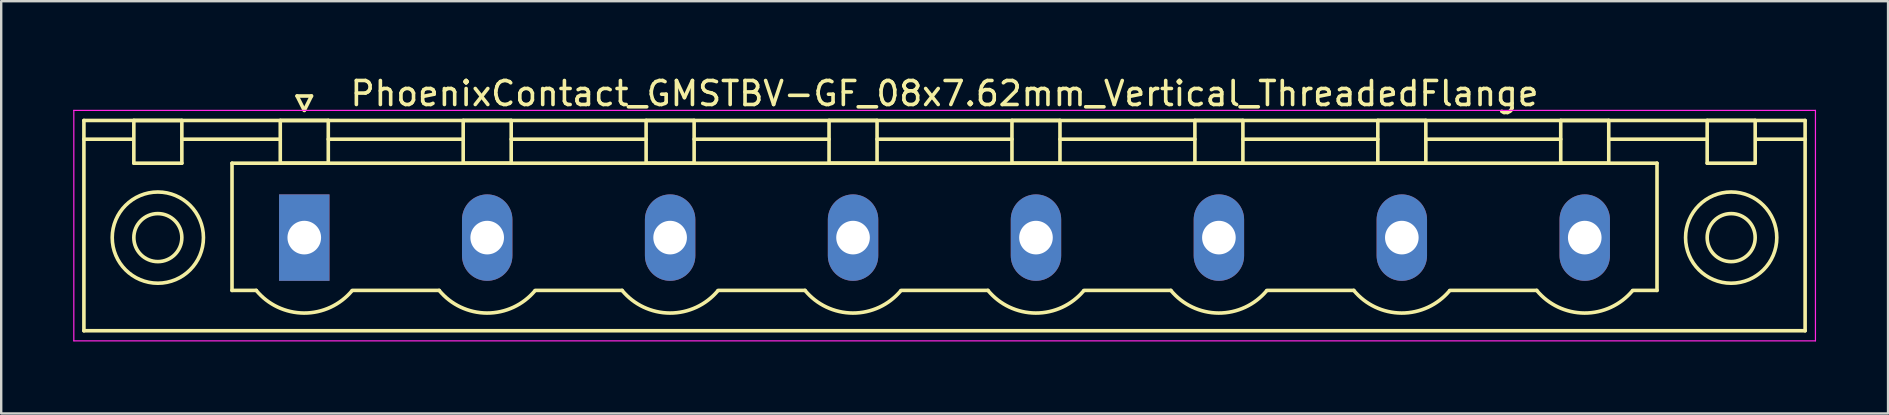
<source format=kicad_pcb>
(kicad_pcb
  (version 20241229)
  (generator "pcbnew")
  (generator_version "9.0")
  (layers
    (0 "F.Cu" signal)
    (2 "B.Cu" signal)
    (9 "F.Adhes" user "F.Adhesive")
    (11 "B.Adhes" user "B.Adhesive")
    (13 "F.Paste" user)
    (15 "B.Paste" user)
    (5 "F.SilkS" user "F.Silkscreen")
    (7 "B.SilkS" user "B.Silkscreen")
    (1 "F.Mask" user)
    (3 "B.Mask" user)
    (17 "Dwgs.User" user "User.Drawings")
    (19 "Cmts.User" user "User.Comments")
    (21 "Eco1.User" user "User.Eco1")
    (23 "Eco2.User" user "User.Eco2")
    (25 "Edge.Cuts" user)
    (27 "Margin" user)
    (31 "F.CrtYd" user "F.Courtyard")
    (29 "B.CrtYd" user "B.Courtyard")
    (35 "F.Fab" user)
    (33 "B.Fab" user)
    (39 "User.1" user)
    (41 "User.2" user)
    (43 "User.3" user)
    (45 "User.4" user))
  (footprint "PhoenixContact_GMSTBV-GF_08x7.62mm_Vertical_ThreadedFlange"
    (layer "F.Cu")
    (at 9.625 6.848)
    (property "Reference" "PhoenixContact_GMSTBV-GF_08x7.62mm_Vertical_ThreadedFlange" (at 26.67 -6 0) (layer "F.SilkS") (effects (font (size 1 1) (thickness 0.15))))
    (attr through_hole)
    (fp_line (start -9.18 -4.88) (end -9.18 3.88) (stroke (width 0.15) (type solid)) (layer "F.SilkS"))
    (fp_line (start -9.18 -4.1) (end -7.18 -4.1) (stroke (width 0.15) (type solid)) (layer "F.SilkS"))
    (fp_line (start -9.18 3.88) (end 62.52 3.88) (stroke (width 0.15) (type solid)) (layer "F.SilkS"))
    (fp_line (start -7.1 -4.88) (end -5.1 -4.88) (stroke (width 0.15) (type solid)) (layer "F.SilkS"))
    (fp_line (start -7.1 -3.1) (end -7.1 -4.88) (stroke (width 0.15) (type solid)) (layer "F.SilkS"))
    (fp_line (start -5.1 -4.88) (end -5.1 -3.1) (stroke (width 0.15) (type solid)) (layer "F.SilkS"))
    (fp_line (start -5.1 -4.1) (end -1 -4.1) (stroke (width 0.15) (type solid)) (layer "F.SilkS"))
    (fp_line (start -5.1 -3.1) (end -7.1 -3.1) (stroke (width 0.15) (type solid)) (layer "F.SilkS"))
    (fp_line (start -3.01 -3.1) (end 56.35 -3.1) (stroke (width 0.15) (type solid)) (layer "F.SilkS"))
    (fp_line (start -3.01 2.2) (end -3.01 -3.1) (stroke (width 0.15) (type solid)) (layer "F.SilkS"))
    (fp_line (start -2 2.2) (end -3.01 2.2) (stroke (width 0.15) (type solid)) (layer "F.SilkS"))
    (fp_line (start -1 -4.88) (end 1 -4.88) (stroke (width 0.15) (type solid)) (layer "F.SilkS"))
    (fp_line (start -1 -3.1) (end -1 -4.88) (stroke (width 0.15) (type solid)) (layer "F.SilkS"))
    (fp_line (start -0.3 -5.9) (end 0 -5.3) (stroke (width 0.15) (type solid)) (layer "F.SilkS"))
    (fp_line (start 0 -5.3) (end 0.3 -5.9) (stroke (width 0.15) (type solid)) (layer "F.SilkS"))
    (fp_line (start 0.3 -5.9) (end -0.3 -5.9) (stroke (width 0.15) (type solid)) (layer "F.SilkS"))
    (fp_line (start 1 -4.88) (end 1 -3.1) (stroke (width 0.15) (type solid)) (layer "F.SilkS"))
    (fp_line (start 1 -4.1) (end 6.62 -4.1) (stroke (width 0.15) (type solid)) (layer "F.SilkS"))
    (fp_line (start 1 -3.1) (end -1 -3.1) (stroke (width 0.15) (type solid)) (layer "F.SilkS"))
    (fp_line (start 2 2.2) (end 5.62 2.2) (stroke (width 0.15) (type solid)) (layer "F.SilkS"))
    (fp_line (start 6.62 -4.88) (end 8.62 -4.88) (stroke (width 0.15) (type solid)) (layer "F.SilkS"))
    (fp_line (start 6.62 -3.1) (end 6.62 -4.88) (stroke (width 0.15) (type solid)) (layer "F.SilkS"))
    (fp_line (start 8.62 -4.88) (end 8.62 -3.1) (stroke (width 0.15) (type solid)) (layer "F.SilkS"))
    (fp_line (start 8.62 -4.1) (end 14.24 -4.1) (stroke (width 0.15) (type solid)) (layer "F.SilkS"))
    (fp_line (start 8.62 -3.1) (end 6.62 -3.1) (stroke (width 0.15) (type solid)) (layer "F.SilkS"))
    (fp_line (start 9.62 2.2) (end 13.24 2.2) (stroke (width 0.15) (type solid)) (layer "F.SilkS"))
    (fp_line (start 14.24 -4.88) (end 16.24 -4.88) (stroke (width 0.15) (type solid)) (layer "F.SilkS"))
    (fp_line (start 14.24 -3.1) (end 14.24 -4.88) (stroke (width 0.15) (type solid)) (layer "F.SilkS"))
    (fp_line (start 16.24 -4.88) (end 16.24 -3.1) (stroke (width 0.15) (type solid)) (layer "F.SilkS"))
    (fp_line (start 16.24 -4.1) (end 21.86 -4.1) (stroke (width 0.15) (type solid)) (layer "F.SilkS"))
    (fp_line (start 16.24 -3.1) (end 14.24 -3.1) (stroke (width 0.15) (type solid)) (layer "F.SilkS"))
    (fp_line (start 17.24 2.2) (end 20.86 2.2) (stroke (width 0.15) (type solid)) (layer "F.SilkS"))
    (fp_line (start 21.86 -4.88) (end 23.86 -4.88) (stroke (width 0.15) (type solid)) (layer "F.SilkS"))
    (fp_line (start 21.86 -3.1) (end 21.86 -4.88) (stroke (width 0.15) (type solid)) (layer "F.SilkS"))
    (fp_line (start 23.86 -4.88) (end 23.86 -3.1) (stroke (width 0.15) (type solid)) (layer "F.SilkS"))
    (fp_line (start 23.86 -4.1) (end 29.48 -4.1) (stroke (width 0.15) (type solid)) (layer "F.SilkS"))
    (fp_line (start 23.86 -3.1) (end 21.86 -3.1) (stroke (width 0.15) (type solid)) (layer "F.SilkS"))
    (fp_line (start 24.86 2.2) (end 28.48 2.2) (stroke (width 0.15) (type solid)) (layer "F.SilkS"))
    (fp_line (start 29.48 -4.88) (end 31.48 -4.88) (stroke (width 0.15) (type solid)) (layer "F.SilkS"))
    (fp_line (start 29.48 -3.1) (end 29.48 -4.88) (stroke (width 0.15) (type solid)) (layer "F.SilkS"))
    (fp_line (start 31.48 -4.88) (end 31.48 -3.1) (stroke (width 0.15) (type solid)) (layer "F.SilkS"))
    (fp_line (start 31.48 -4.1) (end 37.1 -4.1) (stroke (width 0.15) (type solid)) (layer "F.SilkS"))
    (fp_line (start 31.48 -3.1) (end 29.48 -3.1) (stroke (width 0.15) (type solid)) (layer "F.SilkS"))
    (fp_line (start 32.48 2.2) (end 36.1 2.2) (stroke (width 0.15) (type solid)) (layer "F.SilkS"))
    (fp_line (start 37.1 -4.88) (end 39.1 -4.88) (stroke (width 0.15) (type solid)) (layer "F.SilkS"))
    (fp_line (start 37.1 -3.1) (end 37.1 -4.88) (stroke (width 0.15) (type solid)) (layer "F.SilkS"))
    (fp_line (start 39.1 -4.88) (end 39.1 -3.1) (stroke (width 0.15) (type solid)) (layer "F.SilkS"))
    (fp_line (start 39.1 -4.1) (end 44.72 -4.1) (stroke (width 0.15) (type solid)) (layer "F.SilkS"))
    (fp_line (start 39.1 -3.1) (end 37.1 -3.1) (stroke (width 0.15) (type solid)) (layer "F.SilkS"))
    (fp_line (start 40.1 2.2) (end 43.72 2.2) (stroke (width 0.15) (type solid)) (layer "F.SilkS"))
    (fp_line (start 44.72 -4.88) (end 46.72 -4.88) (stroke (width 0.15) (type solid)) (layer "F.SilkS"))
    (fp_line (start 44.72 -3.1) (end 44.72 -4.88) (stroke (width 0.15) (type solid)) (layer "F.SilkS"))
    (fp_line (start 46.72 -4.88) (end 46.72 -3.1) (stroke (width 0.15) (type solid)) (layer "F.SilkS"))
    (fp_line (start 46.72 -4.1) (end 52.34 -4.1) (stroke (width 0.15) (type solid)) (layer "F.SilkS"))
    (fp_line (start 46.72 -3.1) (end 44.72 -3.1) (stroke (width 0.15) (type solid)) (layer "F.SilkS"))
    (fp_line (start 47.72 2.2) (end 51.34 2.2) (stroke (width 0.15) (type solid)) (layer "F.SilkS"))
    (fp_line (start 52.34 -4.88) (end 54.34 -4.88) (stroke (width 0.15) (type solid)) (layer "F.SilkS"))
    (fp_line (start 52.34 -3.1) (end 52.34 -4.88) (stroke (width 0.15) (type solid)) (layer "F.SilkS"))
    (fp_line (start 54.34 -4.88) (end 54.34 -3.1) (stroke (width 0.15) (type solid)) (layer "F.SilkS"))
    (fp_line (start 54.34 -4.1) (end 58.44 -4.1) (stroke (width 0.15) (type solid)) (layer "F.SilkS"))
    (fp_line (start 54.34 -3.1) (end 52.34 -3.1) (stroke (width 0.15) (type solid)) (layer "F.SilkS"))
    (fp_line (start 56.35 -3.1) (end 56.35 2.2) (stroke (width 0.15) (type solid)) (layer "F.SilkS"))
    (fp_line (start 56.35 2.2) (end 55.34 2.2) (stroke (width 0.15) (type solid)) (layer "F.SilkS"))
    (fp_line (start 58.44 -4.88) (end 60.44 -4.88) (stroke (width 0.15) (type solid)) (layer "F.SilkS"))
    (fp_line (start 58.44 -3.1) (end 58.44 -4.88) (stroke (width 0.15) (type solid)) (layer "F.SilkS"))
    (fp_line (start 60.44 -4.88) (end 60.44 -3.1) (stroke (width 0.15) (type solid)) (layer "F.SilkS"))
    (fp_line (start 60.44 -3.1) (end 58.44 -3.1) (stroke (width 0.15) (type solid)) (layer "F.SilkS"))
    (fp_line (start 62.52 -4.88) (end -9.18 -4.88) (stroke (width 0.15) (type solid)) (layer "F.SilkS"))
    (fp_line (start 62.52 -4.1) (end 60.52 -4.1) (stroke (width 0.15) (type solid)) (layer "F.SilkS"))
    (fp_line (start 62.52 3.88) (end 62.52 -4.88) (stroke (width 0.15) (type solid)) (layer "F.SilkS"))
    (fp_arc (start 1.986842 2.215821) (mid -0.010289 3.142758) (end -2 2.2) (stroke (width 0.15) (type solid)) (layer "F.SilkS"))
    (fp_arc (start 9.606842 2.215821) (mid 7.609711 3.142758) (end 5.62 2.2) (stroke (width 0.15) (type solid)) (layer "F.SilkS"))
    (fp_arc (start 17.226842 2.215821) (mid 15.229711 3.142758) (end 13.24 2.2) (stroke (width 0.15) (type solid)) (layer "F.SilkS"))
    (fp_arc (start 24.846842 2.215821) (mid 22.849711 3.142758) (end 20.86 2.2) (stroke (width 0.15) (type solid)) (layer "F.SilkS"))
    (fp_arc (start 32.466842 2.215821) (mid 30.469711 3.142758) (end 28.48 2.2) (stroke (width 0.15) (type solid)) (layer "F.SilkS"))
    (fp_arc (start 40.086842 2.215821) (mid 38.089711 3.142758) (end 36.1 2.2) (stroke (width 0.15) (type solid)) (layer "F.SilkS"))
    (fp_arc (start 47.706842 2.215821) (mid 45.709711 3.142758) (end 43.72 2.2) (stroke (width 0.15) (type solid)) (layer "F.SilkS"))
    (fp_arc (start 55.326842 2.215821) (mid 53.329711 3.142758) (end 51.34 2.2) (stroke (width 0.15) (type solid)) (layer "F.SilkS"))
    (fp_circle (center -6.1 0) (end -5.1 0) (stroke (width 0.15) (type solid)) (fill no) (layer "F.SilkS"))
    (fp_circle (center -6.1 0) (end -4.2 0) (stroke (width 0.15) (type solid)) (fill no) (layer "F.SilkS"))
    (fp_circle (center 59.44 0) (end 60.44 0) (stroke (width 0.15) (type solid)) (fill no) (layer "F.SilkS"))
    (fp_circle (center 59.44 0) (end 61.34 0) (stroke (width 0.15) (type solid)) (fill no) (layer "F.SilkS"))
    (fp_line (start -9.6 -5.3) (end -9.6 4.3) (stroke (width 0.05) (type solid)) (layer "F.CrtYd"))
    (fp_line (start -9.6 4.3) (end 62.95 4.3) (stroke (width 0.05) (type solid)) (layer "F.CrtYd"))
    (fp_line (start 62.95 -5.3) (end -9.6 -5.3) (stroke (width 0.05) (type solid)) (layer "F.CrtYd"))
    (fp_line (start 62.95 4.3) (end 62.95 -5.3) (stroke (width 0.05) (type solid)) (layer "F.CrtYd"))
    (pad "1" thru_hole rect (at 0 0) (size 2.1 3.6) (drill 1.4) (layers "*.Cu" "*.Mask"))
    (pad "2" thru_hole oval (at 7.62 0) (size 2.1 3.6) (drill 1.4) (layers "*.Cu" "*.Mask"))
    (pad "3" thru_hole oval (at 15.24 0) (size 2.1 3.6) (drill 1.4) (layers "*.Cu" "*.Mask"))
    (pad "4" thru_hole oval (at 22.86 0) (size 2.1 3.6) (drill 1.4) (layers "*.Cu" "*.Mask"))
    (pad "5" thru_hole oval (at 30.48 0) (size 2.1 3.6) (drill 1.4) (layers "*.Cu" "*.Mask"))
    (pad "6" thru_hole oval (at 38.1 0) (size 2.1 3.6) (drill 1.4) (layers "*.Cu" "*.Mask"))
    (pad "7" thru_hole oval (at 45.72 0) (size 2.1 3.6) (drill 1.4) (layers "*.Cu" "*.Mask"))
    (pad "8" thru_hole oval (at 53.34 0) (size 2.1 3.6) (drill 1.4) (layers "*.Cu" "*.Mask")))
  (gr_rect
    (start -3 -3)
    (end 75.6 14.173)
    (stroke (width 0.1) (type default))
    (fill no)
    (layer "Edge.Cuts")))
</source>
